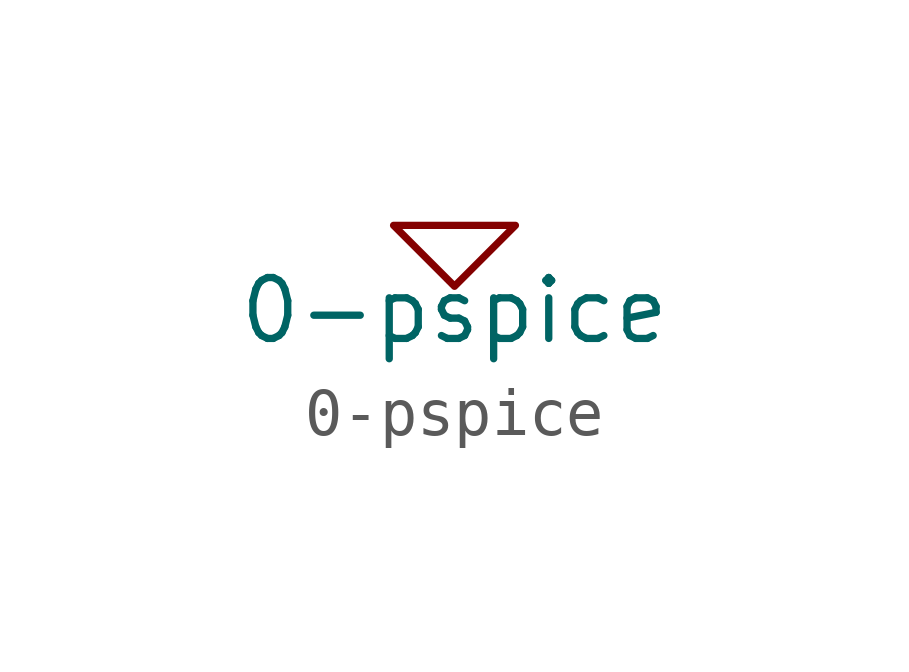
<source format=kicad_sym>
(kicad_symbol_lib
  (version 20220914)
  (generator kicad_symbol_editor)
  (symbol "0-pspice"
    (power)
    (pin_names
      (offset 0))
    (property "Reference" "#GND"
      (at 0 -2.54 0)
      (effects (font (size 1.27 1.27)) hide))
    (property "Value" "0-pspice"
      (at 0 -1.778 0)
      (effects (font (size 1.27 1.27))))
    (symbol "0-pspice_0_1"
      (polyline (pts (xy -1.27 0) (xy 0 -1.27) (xy 1.27 0) (xy -1.27 0)) (stroke (width 0) (type solid)) (fill (type none))))
    (symbol "0-pspice_1_1"
      (pin power_in line (at 0 0 0) (length 0) hide (name "0" (effects (font (size 1.016 1.016)))) (number "1" (effects (font (size 1.016 1.016))))))))
</source>
